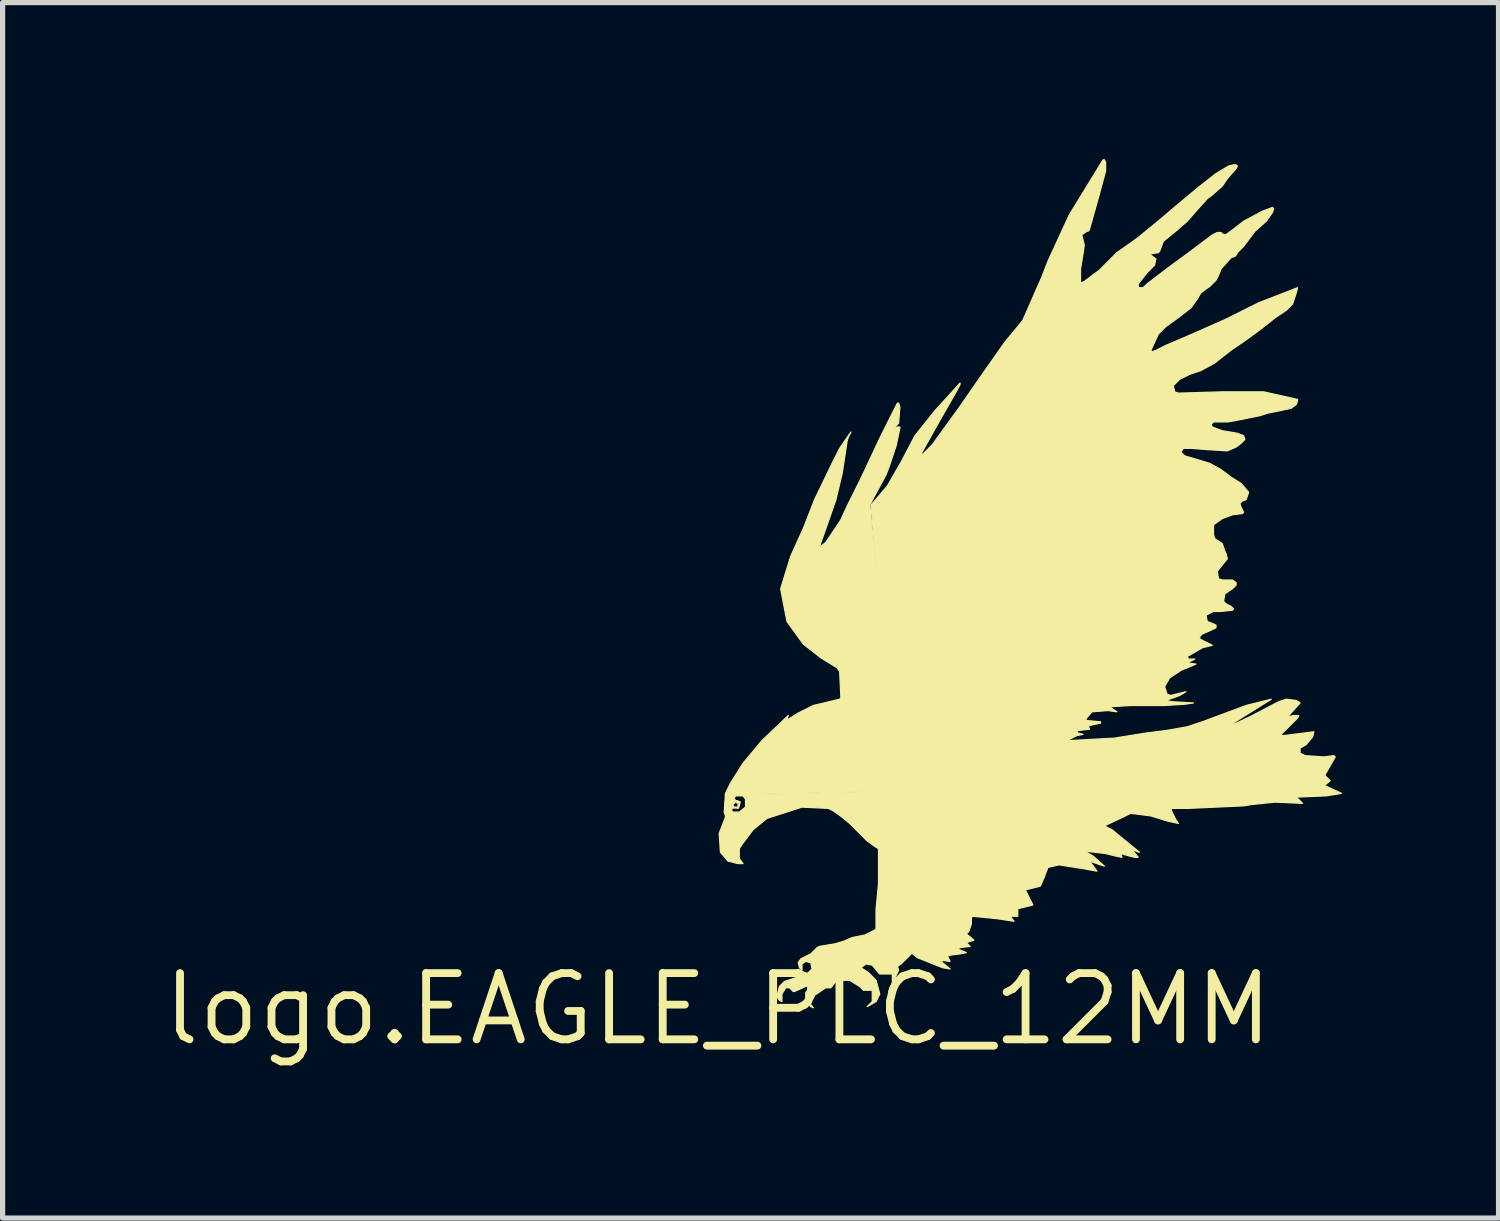
<source format=kicad_pcb>
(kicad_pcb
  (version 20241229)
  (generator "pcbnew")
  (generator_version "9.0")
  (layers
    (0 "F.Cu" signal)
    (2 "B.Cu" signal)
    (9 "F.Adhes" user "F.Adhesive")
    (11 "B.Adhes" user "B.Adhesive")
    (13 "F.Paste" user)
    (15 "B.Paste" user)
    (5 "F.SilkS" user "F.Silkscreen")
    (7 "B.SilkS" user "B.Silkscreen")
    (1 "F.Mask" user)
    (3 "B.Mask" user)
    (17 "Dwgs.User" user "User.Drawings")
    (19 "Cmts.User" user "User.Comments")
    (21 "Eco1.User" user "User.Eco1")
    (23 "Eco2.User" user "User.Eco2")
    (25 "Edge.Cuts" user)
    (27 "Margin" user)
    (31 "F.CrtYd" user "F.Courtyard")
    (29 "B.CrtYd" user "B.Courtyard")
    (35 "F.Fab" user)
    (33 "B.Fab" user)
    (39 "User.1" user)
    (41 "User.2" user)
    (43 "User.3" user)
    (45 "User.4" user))
  (footprint "logo.EAGLE_PLC_12MM"
    (layer "F.Cu")
    (at 10.712 16.293)
    (property "Reference" "logo.EAGLE_PLC_12MM" (at 0 0 0) (layer "F.SilkS") (effects (font (size 1.27 1.27) (thickness 0.15))))
    (fp_poly (pts (xy 0.24 -3.968) (xy 0.265 -4.016) (xy 0.313 -4.088) (xy 0.433 -4.136) (xy 0.553 -4.064) (xy 0.577 -3.872) (xy 0.457 -3.752) (xy 0.265 -3.752) (xy 0.216 -3.799) (xy 0.216 -3.92) (xy 0.265 -3.92) (xy 0.265 -3.872) (xy 0.265 -3.799) (xy 0.289 -3.776) (xy 0.409 -3.776) (xy 0.529 -3.872) (xy 0.553 -3.992) (xy 0.481 -4.088) (xy 0.337 -4.088) (xy 0.308 -4.038) (xy 0.342 -3.996) (xy 0.375 -3.994) (xy 0.428 -3.969) (xy 0.393 -3.85) (xy 0.313 -3.855) (xy 0.265 -3.848) (xy 0.29 -3.899) (xy 0.313 -3.872) (xy 0.385 -3.872) (xy 0.385 -3.944) (xy 0.337 -3.968) (xy 0.286 -3.92) (xy 0.289 -3.896)) (stroke (width 0.024) (type default)) (fill yes) (layer "F.SilkS"))
    (fp_poly (pts (xy 3.343 -5.122) (xy 6.709 -5.146) (xy 7.599 -5.194) (xy 8.2 -5.291) (xy 8.585 -5.339) (xy 8.994 -5.411) (xy 9.283 -5.507) (xy 10.124 -5.82) (xy 10.605 -5.94) (xy 9.836 -5.459) (xy 9.884 -5.459) (xy 10.196 -5.603) (xy 10.749 -5.892) (xy 10.894 -5.94) (xy 11.086 -5.916) (xy 11.158 -5.868) (xy 10.918 -5.603) (xy 11.038 -5.627) (xy 11.134 -5.627) (xy 11.11 -5.579) (xy 10.798 -5.267) (xy 10.798 -5.243) (xy 10.846 -5.243) (xy 11.423 -5.315) (xy 11.399 -5.219) (xy 11.279 -5.074) (xy 11.158 -5.002) (xy 11.158 -4.906) (xy 11.255 -4.858) (xy 11.615 -4.834) (xy 11.807 -4.858) (xy 11.832 -4.834) (xy 11.639 -4.497) (xy 11.639 -4.473) (xy 11.735 -4.377) (xy 11.615 -4.28) (xy 11.639 -4.28) (xy 11.952 -4.136) (xy 11.663 -4.088) (xy 11.086 -4.064) (xy 11.206 -3.944) (xy 10.677 -3.968) (xy 10.22 -3.92) (xy 10.076 -3.896) (xy 9.018 -3.848) (xy 8.681 -3.848) (xy 8.705 -3.776) (xy 8.777 -3.631) (xy 8.826 -3.559) (xy 8.609 -3.607) (xy 8.297 -3.704) (xy 7.912 -3.752) (xy 7.407 -3.511) (xy 7.551 -3.439) (xy 8.08 -3.006) (xy 7.936 -3.054) (xy 8.056 -2.91) (xy 7.984 -2.91) (xy 7.888 -2.934) (xy 7.719 -2.982) (xy 7.744 -2.91) (xy 7.623 -2.934) (xy 7.431 -2.982) (xy 7.022 -3.03) (xy 7.19 -2.934) (xy 7.407 -2.741) (xy 7.118 -2.838) (xy 7.214 -2.717) (xy 7.263 -2.645) (xy 6.998 -2.693) (xy 6.541 -2.765) (xy 6.325 -2.717) (xy 6.253 -2.525) (xy 6.18 -2.357) (xy 5.892 -2.285) (xy 6.036 -1.996) (xy 5.747 -1.924) (xy 5.747 -1.78) (xy 5.603 -1.78) (xy 5.675 -1.683) (xy 5.363 -1.732) (xy 4.882 -1.78) (xy 4.858 -1.756) (xy 4.858 -1.683) (xy 4.858 -1.635) (xy 4.81 -1.491) (xy 4.761 -1.443) (xy 4.906 -1.323) (xy 4.761 -1.274) (xy 4.834 -1.202) (xy 4.641 -1.178) (xy 4.593 -1.154) (xy 4.761 -1.082) (xy 4.641 -1.058) (xy 4.449 -1.034) (xy 4.401 -1.01) (xy 4.449 -0.914) (xy 4.28 -0.938) (xy 4.305 -0.89) (xy 4.449 -0.77) (xy 4.305 -0.794) (xy 3.824 -0.986) (xy 3.704 -1.082)) (stroke (width 0.024) (type default)) (fill yes) (layer "F.SilkS"))
    (fp_poly (pts (xy 1.226 -0.144) (xy 1.178 -0.168) (xy 1.13 -0.24) (xy 1.178 -0.433) (xy 1.274 -0.529) (xy 1.491 -0.601) (xy 1.635 -0.649) (xy 1.732 -0.698) (xy 1.804 -0.77) (xy 1.78 -0.89) (xy 1.683 -0.914) (xy 1.611 -0.866) (xy 1.611 -0.746) (xy 1.563 -0.794) (xy 1.539 -0.89) (xy 1.587 -0.962) (xy 1.683 -1.01) (xy 1.78 -1.058) (xy 1.828 -1.106) (xy 1.9 -1.178) (xy 1.948 -1.202) (xy 2.237 -1.25) (xy 2.405 -1.299) (xy 2.573 -1.371) (xy 2.693 -1.395) (xy 2.814 -1.419) (xy 3.006 -1.515) (xy 3.03 -1.539) (xy 3.03 -1.9) (xy 3.078 -2.405) (xy 3.078 -3.078) (xy 3.03 -3.102) (xy 2.862 -3.223) (xy 2.693 -3.391) (xy 2.525 -3.559) (xy 2.381 -3.679) (xy 2.213 -3.799) (xy 2.116 -3.848) (xy 1.611 -3.872) (xy 0.938 -3.655) (xy 0.673 -3.439) (xy 0.457 -3.15) (xy 0.409 -3.078) (xy 0.409 -2.886) (xy 0.481 -2.789) (xy 0.385 -2.789) (xy 0.192 -2.838) (xy 0.048 -3.006) (xy 0.024 -3.367) (xy 0.144 -3.679) (xy 0.144 -3.704) (xy 0.12 -3.776) (xy 0.144 -4.136) (xy 0.24 -4.329) (xy 0.481 -4.713) (xy 0.842 -5.146) (xy 1.347 -5.627) (xy 1.323 -5.555) (xy 1.347 -5.555) (xy 1.539 -5.675) (xy 1.828 -5.82) (xy 2.333 -5.94) (xy 2.357 -5.964) (xy 2.333 -6.469) (xy 2.285 -6.541) (xy 1.972 -6.734) (xy 1.635 -6.998) (xy 1.323 -7.431) (xy 1.202 -8.056) (xy 1.395 -8.681) (xy 1.635 -9.21) (xy 1.852 -9.764) (xy 2.188 -10.461) (xy 2.333 -10.749) (xy 2.549 -11.062) (xy 2.501 -10.966) (xy 2.477 -10.894) (xy 2.381 -10.268) (xy 2.261 -9.764) (xy 2.068 -9.21) (xy 1.948 -8.874) (xy 1.972 -8.874) (xy 2.068 -8.946) (xy 2.357 -9.379) (xy 2.477 -9.643) (xy 2.741 -10.172) (xy 3.102 -10.942) (xy 3.439 -11.615) (xy 3.463 -11.615) (xy 3.487 -11.543) (xy 3.463 -11.231) (xy 3.391 -11.158) (xy 3.391 -11.134) (xy 3.439 -11.158) (xy 3.487 -11.158) (xy 3.487 -11.134) (xy 3.415 -10.798) (xy 3.295 -10.437) (xy 3.223 -10.244) (xy 3.054 -9.932) (xy 2.91 -9.667) (xy 3.439 -4.184) (xy 0.337 -4.112) (xy 0.24 -3.968) (xy 0.24 -3.848) (xy 0.265 -3.776) (xy 0.313 -3.752) (xy 0.409 -3.752) (xy 0.529 -3.848) (xy 0.529 -4.064) (xy 0.481 -4.112) (xy 0.842 -4.112) (xy 3.439 -4.184) (xy 3.704 -1.058) (xy 3.511 -0.866) (xy 3.439 -0.818) (xy 3.463 -0.746) (xy 3.271 -0.337) (xy 3.343 -0.409) (xy 3.343 -0.673) (xy 3.102 -0.673) (xy 3.078 -0.698) (xy 2.958 -0.842) (xy 2.838 -0.866) (xy 2.741 -0.794) (xy 2.886 -0.698) (xy 3.03 -0.553) (xy 3.102 -0.289) (xy 3.03 -0.144) (xy 2.862 -0.048) (xy 2.958 -0.144) (xy 2.958 -0.361) (xy 2.789 -0.361) (xy 2.717 -0.433) (xy 2.525 -0.553) (xy 2.309 -0.553) (xy 2.237 -0.505) (xy 2.164 -0.409) (xy 2.068 -0.409) (xy 1.852 -0.265) (xy 1.78 -0.216) (xy 1.756 -0.12) (xy 1.828 -0.024) (xy 1.78 -0.048) (xy 1.683 -0.144) (xy 1.683 -0.313) (xy 1.828 -0.505) (xy 1.732 -0.457) (xy 1.467 -0.337) (xy 1.443 -0.337) (xy 1.371 -0.409) (xy 1.299 -0.409) (xy 1.226 -0.289)) (stroke (width 0.024) (type default)) (fill yes) (layer "F.SilkS"))
    (fp_poly (pts (xy 2.934 -9.667) (xy 2.982 -9.716) (xy 3.247 -10.028) (xy 3.511 -10.485) (xy 3.776 -10.99) (xy 4.16 -11.471) (xy 4.641 -12) (xy 4.641 -11.976) (xy 4.593 -11.88) (xy 4.208 -11.206) (xy 3.872 -10.605) (xy 3.944 -10.653) (xy 4.112 -10.822) (xy 4.425 -11.255) (xy 4.617 -11.519) (xy 5.05 -12.144) (xy 5.507 -12.794) (xy 5.747 -13.082) (xy 5.844 -13.202) (xy 6.204 -14.02) (xy 6.325 -14.333) (xy 6.734 -15.222) (xy 7.383 -16.28) (xy 7.407 -16.28) (xy 7.431 -16.232) (xy 7.431 -16.064) (xy 7.287 -15.535) (xy 7.118 -14.934) (xy 7.094 -14.91) (xy 7.07 -14.91) (xy 6.974 -14.838) (xy 6.998 -14.741) (xy 7.022 -14.645) (xy 6.998 -14.477) (xy 6.95 -14.188) (xy 6.95 -13.924) (xy 6.974 -13.924) (xy 7.022 -13.948) (xy 7.311 -14.164) (xy 7.647 -14.501) (xy 7.888 -14.669) (xy 8.056 -14.79) (xy 8.465 -15.126) (xy 8.777 -15.391) (xy 9.21 -15.752) (xy 9.547 -16.016) (xy 9.788 -16.16) (xy 9.884 -16.184) (xy 9.932 -16.184) (xy 9.956 -16.16) (xy 9.932 -16.112) (xy 9.764 -15.92) (xy 9.667 -15.776) (xy 9.475 -15.607) (xy 9.379 -15.535) (xy 9.162 -15.294) (xy 8.994 -15.102) (xy 8.802 -14.934) (xy 8.537 -14.717) (xy 8.465 -14.525) (xy 8.441 -14.501) (xy 8.297 -14.477) (xy 8.297 -14.453) (xy 8.393 -14.381) (xy 8.369 -14.26) (xy 8.225 -14.116) (xy 8.056 -13.9) (xy 8.056 -13.828) (xy 8.152 -13.828) (xy 8.225 -13.9) (xy 8.633 -14.212) (xy 8.994 -14.477) (xy 9.475 -14.838) (xy 9.571 -14.886) (xy 9.643 -14.886) (xy 9.667 -14.862) (xy 9.716 -14.838) (xy 9.764 -14.862) (xy 9.86 -14.934) (xy 10.076 -15.102) (xy 10.437 -15.294) (xy 10.629 -15.367) (xy 10.653 -15.343) (xy 10.629 -15.271) (xy 10.509 -15.102) (xy 10.293 -14.91) (xy 10.076 -14.621) (xy 9.956 -14.501) (xy 9.932 -14.453) (xy 9.908 -14.429) (xy 9.836 -14.405) (xy 9.643 -14.188) (xy 9.595 -14.068) (xy 9.547 -13.972) (xy 9.427 -13.852) (xy 9.355 -13.804) (xy 9.258 -13.731) (xy 9.186 -13.611) (xy 9.066 -13.443) (xy 8.85 -13.274) (xy 8.585 -13.082) (xy 8.441 -12.938) (xy 8.297 -12.625) (xy 8.321 -12.601) (xy 8.393 -12.625) (xy 8.585 -12.722) (xy 9.09 -12.938) (xy 9.74 -13.226) (xy 10.365 -13.539) (xy 11.11 -13.828) (xy 11.086 -13.731) (xy 11.014 -13.515) (xy 10.894 -13.395) (xy 10.677 -13.25) (xy 10.557 -13.154) (xy 10.341 -12.986) (xy 10.076 -12.794) (xy 9.86 -12.649) (xy 9.643 -12.481) (xy 9.523 -12.385) (xy 9.258 -12.241) (xy 9.042 -12.168) (xy 8.85 -12.072) (xy 8.729 -11.952) (xy 8.754 -11.832) (xy 8.826 -11.807) (xy 9.667 -11.832) (xy 10.461 -11.832) (xy 11.11 -11.687) (xy 11.11 -11.663) (xy 11.086 -11.591) (xy 10.99 -11.519) (xy 10.774 -11.471) (xy 10.533 -11.423) (xy 10.389 -11.375) (xy 10.148 -11.327) (xy 9.908 -11.279) (xy 9.764 -11.255) (xy 9.499 -11.255) (xy 9.451 -11.206) (xy 9.475 -11.158) (xy 9.667 -11.086) (xy 9.956 -11.038) (xy 10.076 -10.99) (xy 10.1 -10.918) (xy 10.028 -10.846) (xy 9.932 -10.774) (xy 9.764 -10.701) (xy 9.379 -10.725) (xy 9.066 -10.749) (xy 8.922 -10.749) (xy 8.874 -10.677) (xy 8.946 -10.605) (xy 9.427 -10.461) (xy 9.643 -10.341) (xy 9.836 -10.196) (xy 10.028 -10.076) (xy 10.172 -9.908) (xy 10.124 -9.764) (xy 10.052 -9.74) (xy 10.004 -9.691) (xy 10.028 -9.619) (xy 10.076 -9.523) (xy 10.052 -9.499) (xy 9.86 -9.475) (xy 9.667 -9.403) (xy 9.499 -9.283) (xy 9.499 -9.235) (xy 9.499 -9.09) (xy 9.523 -9.018) (xy 9.667 -8.922) (xy 9.716 -8.777) (xy 9.74 -8.729) (xy 9.764 -8.633) (xy 9.667 -8.513) (xy 9.571 -8.393) (xy 9.595 -8.249) (xy 9.667 -8.225) (xy 9.86 -8.225) (xy 9.932 -8.176) (xy 9.932 -8.128) (xy 9.86 -8.056) (xy 9.716 -7.96) (xy 9.691 -7.816) (xy 9.74 -7.768) (xy 9.836 -7.719) (xy 9.884 -7.671) (xy 9.86 -7.647) (xy 9.643 -7.623) (xy 9.499 -7.623) (xy 9.355 -7.551) (xy 9.379 -7.431) (xy 9.499 -7.383) (xy 9.547 -7.359) (xy 9.547 -7.311) (xy 9.451 -7.263) (xy 9.283 -7.19) (xy 9.235 -7.142) (xy 9.235 -7.094) (xy 9.283 -7.07) (xy 9.475 -6.974) (xy 9.283 -6.926) (xy 8.994 -6.758) (xy 9.018 -6.709) (xy 9.138 -6.709) (xy 8.994 -6.637) (xy 9.162 -6.613) (xy 8.874 -6.493) (xy 8.657 -6.349) (xy 8.561 -6.18) (xy 8.609 -6.036) (xy 8.681 -6.012) (xy 8.97 -6.084) (xy 8.85 -6.012) (xy 8.585 -5.916) (xy 8.705 -5.892) (xy 9.114 -5.868) (xy 8.946 -5.844) (xy 8.561 -5.82) (xy 7.912 -5.82) (xy 7.503 -5.795) (xy 7.647 -5.699) (xy 7.479 -5.723) (xy 7.166 -5.699) (xy 7.046 -5.555) (xy 7.07 -5.531) (xy 7.335 -5.507) (xy 7.335 -5.483) (xy 7.118 -5.435) (xy 7.094 -5.411) (xy 7.118 -5.387) (xy 7.118 -5.363) (xy 7.094 -5.363) (xy 6.902 -5.339) (xy 6.878 -5.315) (xy 6.902 -5.291) (xy 6.998 -5.267) (xy 6.878 -5.243) (xy 6.685 -5.146) (xy 3.319 -5.122)) (stroke (width 0.024) (type default)) (fill yes) (layer "F.SilkS")))
  (gr_rect
    (start -3 -3)
    (end 25.675 20.299)
    (stroke (width 0.1) (type default))
    (fill no)
    (layer "Edge.Cuts")))
</source>
